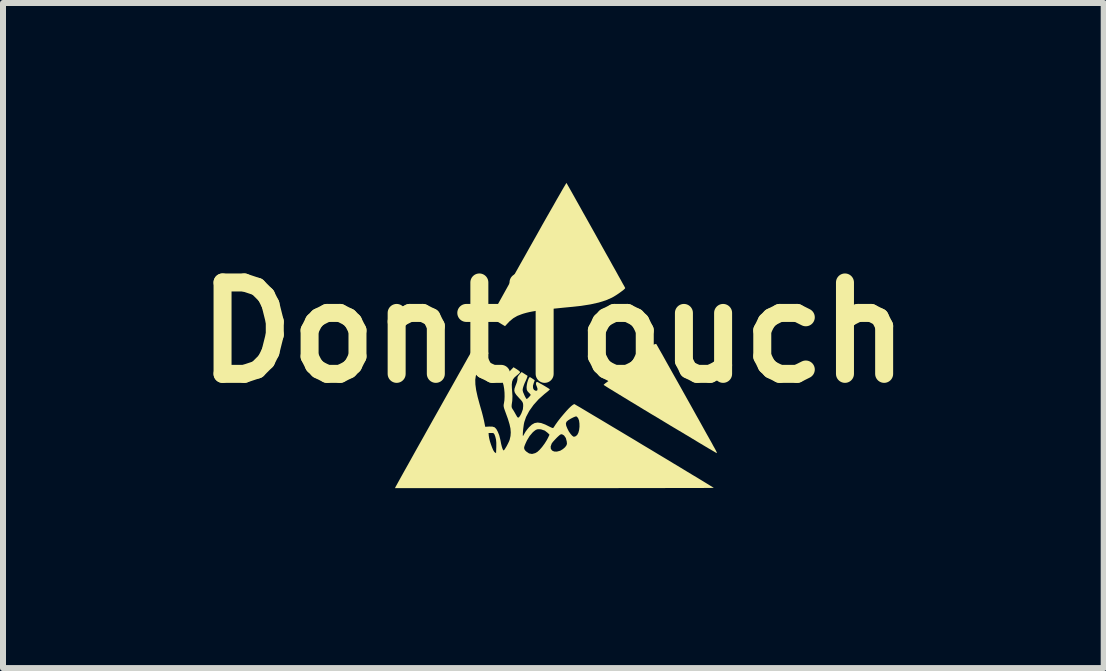
<source format=kicad_pcb>
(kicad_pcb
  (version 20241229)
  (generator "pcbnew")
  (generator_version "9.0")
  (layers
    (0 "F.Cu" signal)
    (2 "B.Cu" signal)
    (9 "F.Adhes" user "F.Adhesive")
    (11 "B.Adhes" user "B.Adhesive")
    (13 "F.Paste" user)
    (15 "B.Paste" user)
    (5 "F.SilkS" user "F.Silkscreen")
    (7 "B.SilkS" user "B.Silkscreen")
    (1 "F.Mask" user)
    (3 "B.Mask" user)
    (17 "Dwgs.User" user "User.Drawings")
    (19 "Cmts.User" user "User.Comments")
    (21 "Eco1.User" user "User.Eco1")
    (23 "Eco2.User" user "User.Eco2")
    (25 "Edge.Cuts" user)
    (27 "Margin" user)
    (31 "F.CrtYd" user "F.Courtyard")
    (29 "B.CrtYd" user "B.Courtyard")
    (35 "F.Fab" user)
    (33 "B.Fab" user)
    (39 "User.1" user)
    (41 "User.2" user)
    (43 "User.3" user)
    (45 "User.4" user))
  (footprint "DontTouch"
    (layer "F.Cu")
    (at 6.176 2.494)
    (property "Reference" "DontTouch" (at 0 0 0) (layer "F.SilkS") (effects (font (size 1.524 1.524) (thickness 0.3))))
    (attr board_only exclude_from_pos_files exclude_from_bom)
    (fp_poly (pts (xy 1.716 0.191) (xy 1.722 0.202) (xy 1.739 0.231) (xy 1.764 0.276) (xy 1.799 0.337) (xy 1.84 0.41) (xy 1.887 0.495) (xy 1.94 0.589) (xy 1.997 0.691) (xy 2.058 0.799) (xy 2.121 0.911) (xy 2.185 1.026) (xy 2.25 1.142) (xy 2.315 1.258) (xy 2.377 1.37) (xy 2.438 1.478) (xy 2.495 1.581) (xy 2.547 1.675) (xy 2.595 1.76) (xy 2.636 1.833) (xy 2.669 1.894) (xy 2.695 1.94) (xy 2.711 1.97) (xy 2.715 1.978) (xy 2.725 2) (xy 2.725 2.011) (xy 2.724 2.011) (xy 2.713 2.005) (xy 2.684 1.988) (xy 2.638 1.961) (xy 2.576 1.925) (xy 2.501 1.88) (xy 2.412 1.827) (xy 2.313 1.767) (xy 2.203 1.701) (xy 2.084 1.63) (xy 1.958 1.555) (xy 1.826 1.475) (xy 1.778 1.446) (xy 1.644 1.366) (xy 1.516 1.289) (xy 1.395 1.215) (xy 1.282 1.147) (xy 1.179 1.084) (xy 1.087 1.028) (xy 1.007 0.979) (xy 0.941 0.939) (xy 0.89 0.907) (xy 0.856 0.885) (xy 0.839 0.874) (xy 0.838 0.873) (xy 0.846 0.864) (xy 0.87 0.844) (xy 0.907 0.817) (xy 0.954 0.785) (xy 0.99 0.761) (xy 1.065 0.711) (xy 1.125 0.669) (xy 1.173 0.631) (xy 1.216 0.593) (xy 1.256 0.551) (xy 1.298 0.502) (xy 1.347 0.441) (xy 1.351 0.436) (xy 1.389 0.388) (xy 1.424 0.346) (xy 1.452 0.313) (xy 1.47 0.293) (xy 1.474 0.289) (xy 1.496 0.276) (xy 1.53 0.259) (xy 1.572 0.24) (xy 1.617 0.222) (xy 1.658 0.206) (xy 1.692 0.195) (xy 1.712 0.19)) (stroke (width 0) (type solid)) (fill yes) (layer "F.SilkS"))
    (fp_poly (pts (xy 0.225 -2.483) (xy 0.241 -2.455) (xy 0.267 -2.409) (xy 0.301 -2.349) (xy 0.342 -2.276) (xy 0.389 -2.192) (xy 0.442 -2.098) (xy 0.498 -1.997) (xy 0.559 -1.889) (xy 0.621 -1.778) (xy 0.685 -1.664) (xy 0.749 -1.549) (xy 0.812 -1.435) (xy 0.874 -1.324) (xy 0.934 -1.218) (xy 0.989 -1.118) (xy 1.041 -1.026) (xy 1.086 -0.944) (xy 1.126 -0.873) (xy 1.157 -0.816) (xy 1.181 -0.774) (xy 1.195 -0.748) (xy 1.198 -0.741) (xy 1.191 -0.73) (xy 1.169 -0.71) (xy 1.135 -0.684) (xy 1.094 -0.654) (xy 1.049 -0.624) (xy 1.005 -0.597) (xy 0.972 -0.579) (xy 0.876 -0.537) (xy 0.758 -0.5) (xy 0.619 -0.469) (xy 0.461 -0.444) (xy 0.325 -0.429) (xy 0.178 -0.415) (xy 0.051 -0.402) (xy -0.057 -0.391) (xy -0.149 -0.38) (xy -0.228 -0.37) (xy -0.295 -0.36) (xy -0.352 -0.35) (xy -0.403 -0.34) (xy -0.449 -0.329) (xy -0.492 -0.317) (xy -0.523 -0.307) (xy -0.601 -0.277) (xy -0.668 -0.238) (xy -0.731 -0.186) (xy -0.777 -0.137) (xy -0.806 -0.106) (xy -0.923 -0.176) (xy -0.978 -0.21) (xy -1.014 -0.235) (xy -1.032 -0.253) (xy -1.036 -0.264) (xy -1.03 -0.278) (xy -1.013 -0.31) (xy -0.987 -0.358) (xy -0.952 -0.421) (xy -0.91 -0.498) (xy -0.861 -0.586) (xy -0.806 -0.685) (xy -0.746 -0.793) (xy -0.682 -0.908) (xy -0.614 -1.029) (xy -0.544 -1.154) (xy -0.472 -1.281) (xy -0.4 -1.41) (xy -0.327 -1.539) (xy -0.256 -1.665) (xy -0.187 -1.789) (xy -0.12 -1.907) (xy -0.056 -2.019) (xy 0.003 -2.122) (xy 0.056 -2.216) (xy 0.104 -2.299) (xy 0.144 -2.369) (xy 0.177 -2.426) (xy 0.201 -2.466) (xy 0.215 -2.489) (xy 0.219 -2.494)) (stroke (width 0) (type solid)) (fill yes) (layer "F.SilkS"))
    (fp_poly (pts (xy -1.284 0.214) (xy -1.261 0.224) (xy -1.225 0.243) (xy -1.184 0.267) (xy -1.136 0.296) (xy -1.105 0.317) (xy -1.089 0.331) (xy -1.083 0.342) (xy -1.085 0.353) (xy -1.087 0.356) (xy -1.097 0.373) (xy -1.116 0.407) (xy -1.143 0.451) (xy -1.174 0.503) (xy -1.19 0.529) (xy -1.223 0.585) (xy -1.252 0.638) (xy -1.276 0.684) (xy -1.29 0.716) (xy -1.293 0.725) (xy -1.302 0.787) (xy -1.3 0.865) (xy -1.287 0.961) (xy -1.262 1.075) (xy -1.226 1.208) (xy -1.211 1.26) (xy -1.193 1.322) (xy -1.175 1.391) (xy -1.16 1.454) (xy -1.156 1.471) (xy -1.136 1.572) (xy -1.07 1.568) (xy -1.016 1.569) (xy -0.981 1.58) (xy -0.977 1.582) (xy -0.951 1.609) (xy -0.926 1.655) (xy -0.903 1.712) (xy -0.886 1.778) (xy -0.88 1.806) (xy -0.87 1.859) (xy -0.858 1.906) (xy -0.846 1.942) (xy -0.835 1.963) (xy -0.83 1.966) (xy -0.818 1.957) (xy -0.801 1.932) (xy -0.796 1.923) (xy -0.488 1.923) (xy -0.483 1.946) (xy -0.47 1.966) (xy -0.452 1.984) (xy -0.405 2.016) (xy -0.355 2.025) (xy -0.302 2.011) (xy -0.266 1.99) (xy -0.229 1.956) (xy -0.187 1.908) (xy -0.182 1.901) (xy -0.045 1.901) (xy -0.042 1.939) (xy -0.021 1.968) (xy 0.013 1.984) (xy 0.058 1.986) (xy 0.111 1.972) (xy 0.12 1.968) (xy 0.159 1.944) (xy 0.194 1.914) (xy 0.199 1.908) (xy 0.219 1.88) (xy 0.227 1.855) (xy 0.224 1.821) (xy 0.224 1.819) (xy 0.208 1.759) (xy 0.179 1.717) (xy 0.153 1.701) (xy 0.138 1.696) (xy 0.124 1.698) (xy 0.105 1.71) (xy 0.078 1.734) (xy 0.056 1.755) (xy 0.022 1.791) (xy -0.008 1.824) (xy -0.027 1.85) (xy -0.029 1.854) (xy -0.045 1.901) (xy -0.182 1.901) (xy -0.145 1.851) (xy -0.108 1.792) (xy -0.09 1.758) (xy -0.064 1.704) (xy -0.091 1.676) (xy -0.142 1.636) (xy -0.204 1.615) (xy -0.239 1.612) (xy -0.268 1.614) (xy -0.293 1.624) (xy -0.32 1.644) (xy -0.344 1.665) (xy -0.396 1.726) (xy -0.44 1.799) (xy -0.466 1.855) (xy -0.482 1.895) (xy -0.488 1.923) (xy -0.796 1.923) (xy -0.78 1.897) (xy -0.759 1.857) (xy -0.74 1.818) (xy -0.727 1.785) (xy -0.727 1.782) (xy -0.714 1.725) (xy -0.71 1.666) (xy -0.715 1.601) (xy -0.731 1.528) (xy -0.757 1.442) (xy -0.789 1.354) (xy -0.809 1.299) (xy -0.822 1.261) (xy -0.828 1.233) (xy -0.829 1.211) (xy -0.826 1.189) (xy -0.824 1.182) (xy -0.816 1.131) (xy -0.813 1.07) (xy -0.814 1.004) (xy -0.82 0.939) (xy -0.83 0.88) (xy -0.843 0.834) (xy -0.857 0.806) (xy -0.854 0.792) (xy -0.834 0.764) (xy -0.798 0.722) (xy -0.766 0.686) (xy -0.664 0.579) (xy -0.609 0.613) (xy -0.579 0.634) (xy -0.559 0.652) (xy -0.554 0.661) (xy -0.563 0.675) (xy -0.585 0.696) (xy -0.612 0.718) (xy -0.648 0.749) (xy -0.673 0.781) (xy -0.687 0.818) (xy -0.693 0.866) (xy -0.691 0.929) (xy -0.688 0.968) (xy -0.682 1.061) (xy -0.685 1.139) (xy -0.689 1.165) (xy -0.695 1.207) (xy -0.696 1.235) (xy -0.691 1.257) (xy -0.679 1.279) (xy -0.672 1.288) (xy -0.648 1.328) (xy -0.624 1.371) (xy -0.618 1.381) (xy -0.602 1.409) (xy -0.587 1.42) (xy -0.572 1.412) (xy -0.553 1.386) (xy -0.532 1.346) (xy -0.508 1.28) (xy -0.503 1.226) (xy -0.504 1.197) (xy -0.508 1.175) (xy -0.518 1.154) (xy -0.538 1.128) (xy -0.571 1.093) (xy -0.577 1.086) (xy -0.617 1.041) (xy -0.641 1.005) (xy -0.651 0.972) (xy -0.647 0.935) (xy -0.631 0.888) (xy -0.622 0.866) (xy -0.607 0.825) (xy -0.599 0.788) (xy -0.598 0.768) (xy -0.596 0.742) (xy -0.577 0.712) (xy -0.566 0.699) (xy -0.529 0.659) (xy -0.485 0.687) (xy -0.457 0.705) (xy -0.436 0.718) (xy -0.432 0.721) (xy -0.432 0.734) (xy -0.441 0.76) (xy -0.456 0.795) (xy -0.477 0.84) (xy -0.495 0.887) (xy -0.504 0.915) (xy -0.511 0.945) (xy -0.511 0.969) (xy -0.504 0.996) (xy -0.487 1.034) (xy -0.486 1.038) (xy -0.469 1.073) (xy -0.454 1.099) (xy -0.445 1.109) (xy -0.445 1.109) (xy -0.432 1.101) (xy -0.412 1.083) (xy -0.392 1.061) (xy -0.379 1.044) (xy -0.377 1.04) (xy -0.385 1.028) (xy -0.403 1.008) (xy -0.412 1) (xy -0.432 0.977) (xy -0.443 0.953) (xy -0.446 0.918) (xy -0.446 0.907) (xy -0.442 0.872) (xy -0.434 0.832) (xy -0.422 0.794) (xy -0.409 0.762) (xy -0.396 0.745) (xy -0.392 0.743) (xy -0.38 0.749) (xy -0.357 0.763) (xy -0.35 0.768) (xy -0.327 0.784) (xy -0.312 0.794) (xy -0.311 0.795) (xy -0.313 0.805) (xy -0.322 0.829) (xy -0.326 0.838) (xy -0.34 0.888) (xy -0.338 0.928) (xy -0.323 0.957) (xy -0.294 0.971) (xy -0.285 0.972) (xy -0.267 0.963) (xy -0.264 0.939) (xy -0.274 0.904) (xy -0.28 0.892) (xy -0.29 0.861) (xy -0.288 0.836) (xy -0.276 0.824) (xy -0.272 0.823) (xy -0.258 0.828) (xy -0.231 0.843) (xy -0.195 0.863) (xy -0.155 0.886) (xy -0.117 0.909) (xy -0.084 0.929) (xy -0.063 0.944) (xy -0.058 0.949) (xy -0.067 0.958) (xy -0.089 0.978) (xy -0.122 1.005) (xy -0.145 1.023) (xy -0.245 1.112) (xy -0.331 1.208) (xy -0.402 1.308) (xy -0.455 1.408) (xy -0.484 1.492) (xy -0.491 1.524) (xy -0.497 1.565) (xy -0.503 1.611) (xy -0.507 1.656) (xy -0.509 1.693) (xy -0.509 1.719) (xy -0.506 1.726) (xy -0.5 1.717) (xy -0.487 1.694) (xy -0.481 1.683) (xy -0.462 1.651) (xy -0.433 1.612) (xy -0.406 1.58) (xy -0.359 1.536) (xy -0.313 1.51) (xy -0.262 1.501) (xy -0.204 1.509) (xy -0.136 1.534) (xy -0.08 1.562) (xy -0.041 1.581) (xy -0.018 1.591) (xy -0.004 1.592) (xy 0.004 1.584) (xy 0.006 1.582) (xy 0.039 1.531) (xy 0.048 1.519) (xy 0.209 1.519) (xy 0.215 1.556) (xy 0.235 1.604) (xy 0.258 1.649) (xy 0.286 1.689) (xy 0.312 1.719) (xy 0.335 1.736) (xy 0.342 1.738) (xy 0.361 1.734) (xy 0.371 1.73) (xy 0.397 1.709) (xy 0.417 1.672) (xy 0.43 1.624) (xy 0.436 1.57) (xy 0.435 1.516) (xy 0.428 1.466) (xy 0.412 1.426) (xy 0.39 1.402) (xy 0.384 1.399) (xy 0.367 1.401) (xy 0.337 1.413) (xy 0.299 1.432) (xy 0.293 1.435) (xy 0.246 1.464) (xy 0.218 1.49) (xy 0.209 1.519) (xy 0.048 1.519) (xy 0.079 1.475) (xy 0.124 1.418) (xy 0.171 1.362) (xy 0.217 1.309) (xy 0.26 1.263) (xy 0.298 1.227) (xy 0.329 1.203) (xy 0.348 1.194) (xy 0.352 1.194) (xy 0.364 1.201) (xy 0.394 1.219) (xy 0.441 1.246) (xy 0.503 1.283) (xy 0.578 1.328) (xy 0.665 1.38) (xy 0.763 1.438) (xy 0.87 1.502) (xy 0.985 1.571) (xy 1.106 1.643) (xy 1.231 1.718) (xy 1.36 1.795) (xy 1.49 1.874) (xy 1.621 1.952) (xy 1.75 2.03) (xy 1.877 2.106) (xy 1.999 2.18) (xy 2.116 2.25) (xy 2.226 2.317) (xy 2.327 2.378) (xy 2.419 2.433) (xy 2.498 2.481) (xy 2.565 2.522) (xy 2.617 2.554) (xy 2.654 2.576) (xy 2.672 2.588) (xy 2.675 2.59) (xy 2.664 2.59) (xy 2.631 2.591) (xy 2.577 2.591) (xy 2.503 2.592) (xy 2.41 2.592) (xy 2.299 2.592) (xy 2.172 2.593) (xy 2.029 2.593) (xy 1.871 2.593) (xy 1.699 2.594) (xy 1.514 2.594) (xy 1.318 2.594) (xy 1.111 2.594) (xy 0.893 2.595) (xy 0.667 2.595) (xy 0.434 2.595) (xy 0.193 2.595) (xy 0.017 2.595) (xy -2.641 2.595) (xy -2.628 2.569) (xy -2.614 2.544) (xy -2.591 2.502) (xy -2.559 2.444) (xy -2.519 2.372) (xy -2.471 2.286) (xy -2.417 2.19) (xy -2.358 2.084) (xy -2.294 1.969) (xy -2.226 1.848) (xy -2.155 1.722) (xy -2.129 1.675) (xy -1.08 1.675) (xy -1.077 1.72) (xy -1.07 1.762) (xy -1.058 1.812) (xy -1.041 1.865) (xy -1.022 1.916) (xy -1.004 1.959) (xy -0.987 1.987) (xy -0.98 1.995) (xy -0.955 2.012) (xy -0.951 1.905) (xy -0.951 1.838) (xy -0.956 1.785) (xy -0.967 1.74) (xy -0.968 1.736) (xy -0.981 1.701) (xy -0.992 1.683) (xy -1.007 1.676) (xy -1.032 1.675) (xy -1.035 1.675) (xy -1.08 1.675) (xy -2.129 1.675) (xy -2.082 1.591) (xy -2.008 1.459) (xy -1.933 1.326) (xy -1.859 1.194) (xy -1.786 1.064) (xy -1.715 0.938) (xy -1.647 0.817) (xy -1.583 0.703) (xy -1.523 0.597) (xy -1.469 0.501) (xy -1.422 0.417) (xy -1.381 0.346) (xy -1.349 0.289) (xy -1.325 0.247) (xy -1.311 0.224) (xy -1.308 0.218) (xy -1.299 0.213)) (stroke (width 0) (type solid)) (fill yes) (layer "F.SilkS")))
  (gr_rect
    (start -3 -3)
    (end 15.352 8.089)
    (stroke (width 0.1) (type default))
    (fill no)
    (layer "Edge.Cuts")))
</source>
